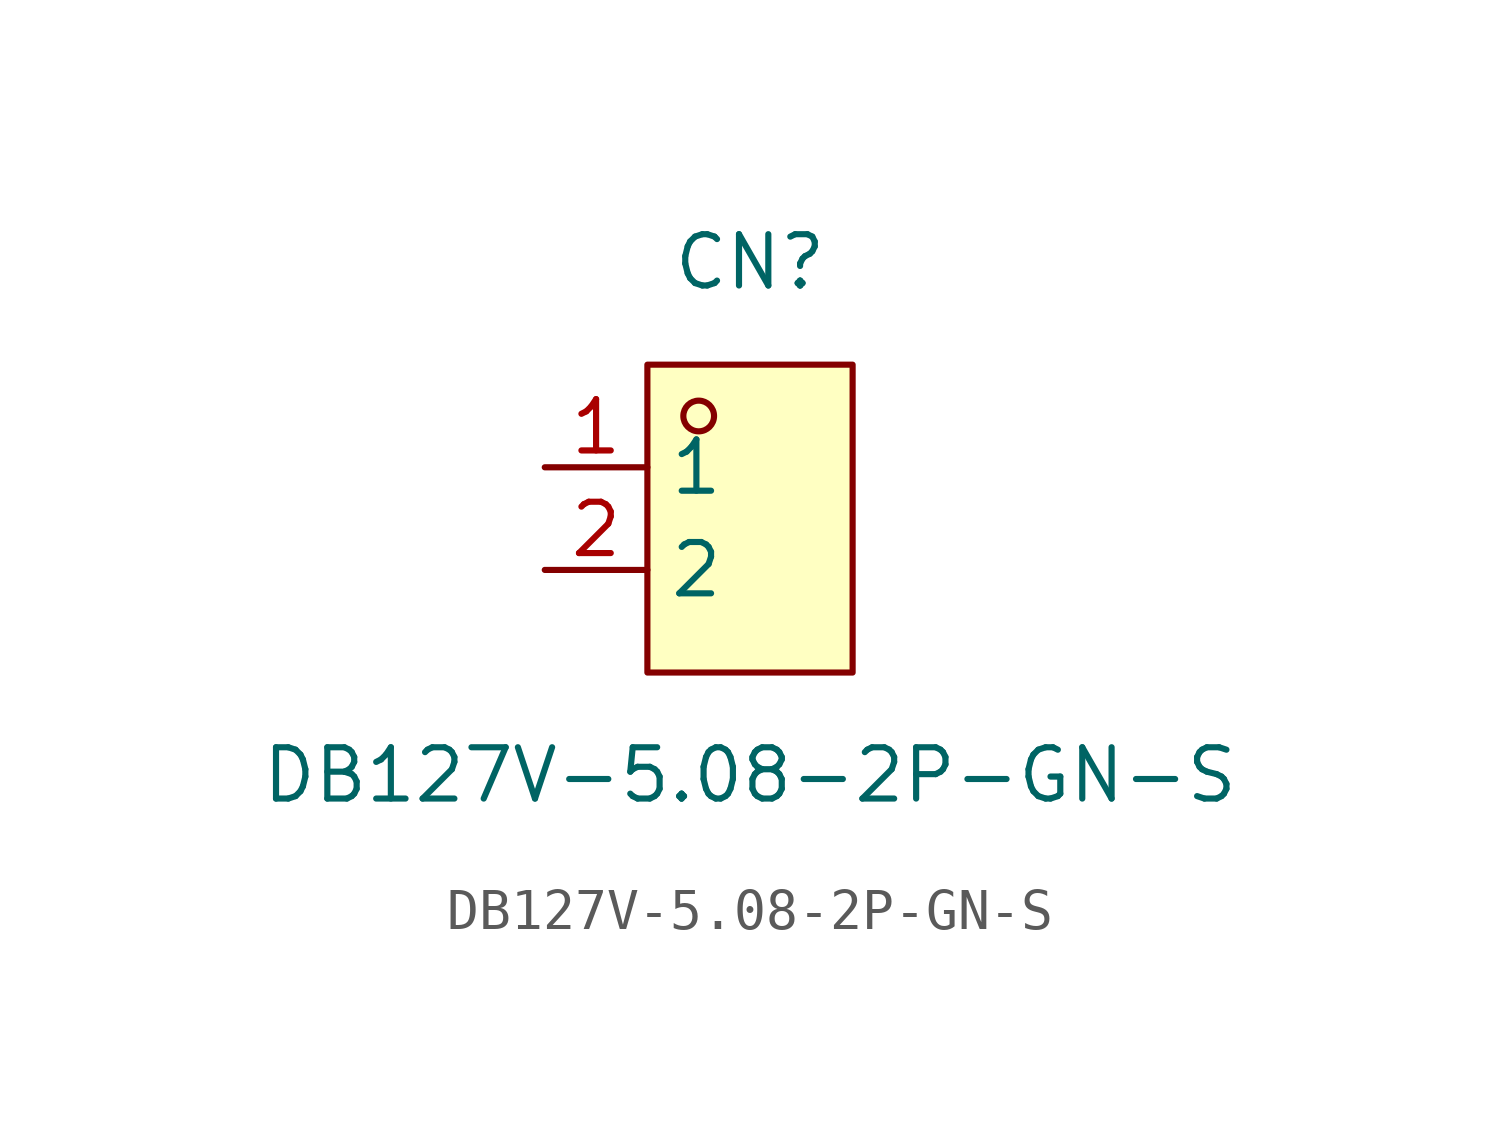
<source format=kicad_sym>
(kicad_symbol_lib
  (version 20211014)
  (generator https://github.com/uPesy/easyeda2kicad.py)
  (symbol "DB127V-5.08-2P-GN-S"
    (property "Reference" "CN"
      (at 0 6.35 0)
      (effects (font (size 1.27 1.27))))
    (property "Value" "DB127V-5.08-2P-GN-S"
      (at 0 -6.35 0)
      (effects (font (size 1.27 1.27))))
    (symbol "DB127V-5.08-2P-GN-S_0_1"
      (rectangle (start -2.54 3.81) (end 2.54 -3.81) (stroke (width 0) (type default) (color 0 0 0 0)) (fill (type background)))
      (circle (center -1.27 2.54) (radius 0.38) (stroke (width 0) (type default) (color 0 0 0 0)) (fill (type none)))
      (pin unspecified line (at -5.08 1.27 0) (length 2.54) (name "1" (effects (font (size 1.27 1.27)))) (number "1" (effects (font (size 1.27 1.27)))))
      (pin unspecified line (at -5.08 -1.27 0) (length 2.54) (name "2" (effects (font (size 1.27 1.27)))) (number "2" (effects (font (size 1.27 1.27))))))))
</source>
